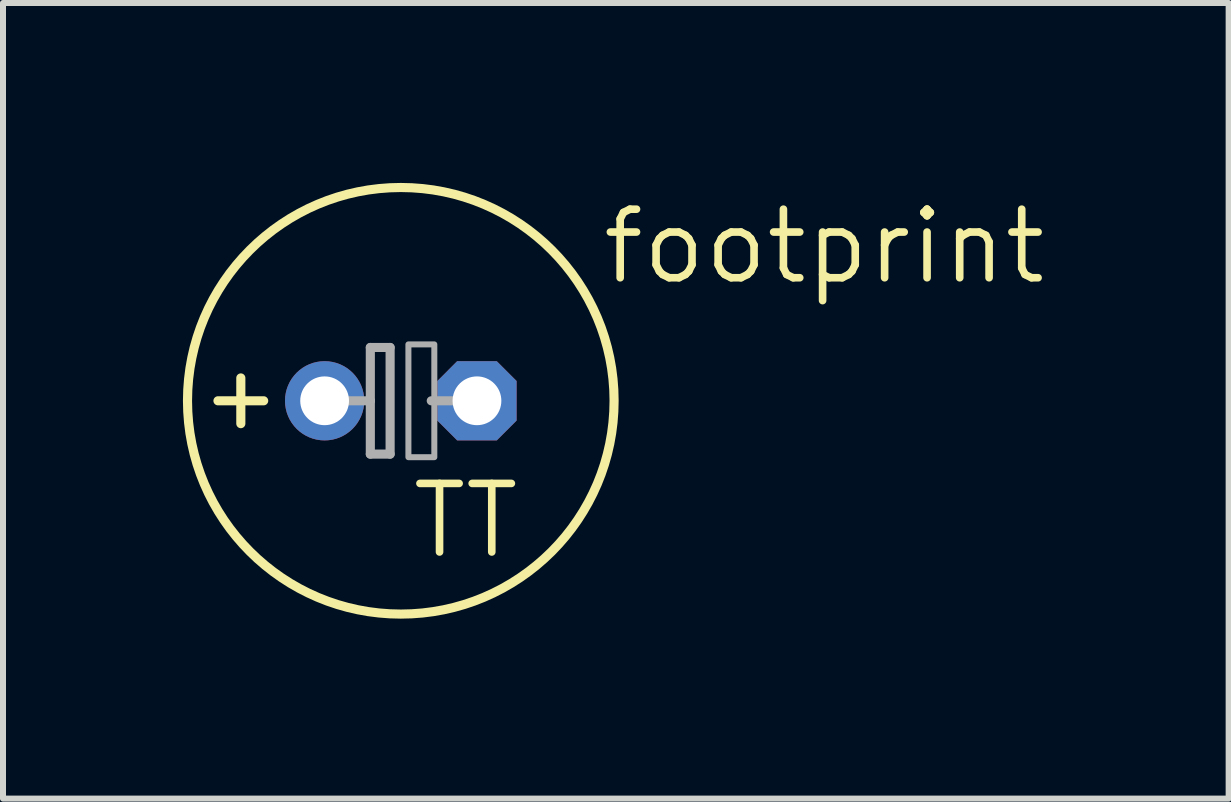
<source format=kicad_pcb>
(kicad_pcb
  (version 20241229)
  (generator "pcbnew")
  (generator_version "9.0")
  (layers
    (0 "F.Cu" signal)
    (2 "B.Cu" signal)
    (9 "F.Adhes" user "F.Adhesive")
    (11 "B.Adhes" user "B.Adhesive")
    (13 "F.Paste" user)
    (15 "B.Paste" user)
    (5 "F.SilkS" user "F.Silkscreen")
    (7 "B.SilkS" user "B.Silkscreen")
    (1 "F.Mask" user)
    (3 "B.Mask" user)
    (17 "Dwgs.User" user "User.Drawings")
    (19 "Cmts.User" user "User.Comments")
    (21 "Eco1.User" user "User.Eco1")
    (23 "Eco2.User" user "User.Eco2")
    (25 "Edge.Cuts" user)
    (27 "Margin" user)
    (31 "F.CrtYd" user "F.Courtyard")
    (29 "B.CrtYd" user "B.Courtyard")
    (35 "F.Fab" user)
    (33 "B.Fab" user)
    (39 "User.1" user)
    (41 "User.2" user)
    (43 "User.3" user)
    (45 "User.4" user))
  (footprint "footprint"
    (layer "F.Cu")
    (at 3.632 3.632)
    (property "Reference" "footprint" (at 3.302 -1.905 0) (layer "F.SilkS") (effects (font (size 1.143 1.143) (thickness 0.127)) (justify left bottom)))
    (fp_line (start -2.667 0.381) (end -2.667 -0.381) (stroke (width 0.152) (type solid)) (layer "F.SilkS"))
    (fp_line (start -2.286 0) (end -3.048 0) (stroke (width 0.152) (type solid)) (layer "F.SilkS"))
    (fp_circle (center 0 0) (end 3.556 0) (stroke (width 0.152) (type solid)) (fill no) (layer "F.SilkS"))
    (fp_line (start -1.016 0) (end -0.508 0) (stroke (width 0.152) (type solid)) (layer "F.Fab"))
    (fp_line (start -0.508 -0.889) (end -0.508 0) (stroke (width 0.152) (type solid)) (layer "F.Fab"))
    (fp_line (start -0.508 0) (end -0.508 0.889) (stroke (width 0.152) (type solid)) (layer "F.Fab"))
    (fp_line (start -0.508 0.889) (end -0.178 0.889) (stroke (width 0.152) (type solid)) (layer "F.Fab"))
    (fp_line (start -0.178 -0.889) (end -0.508 -0.889) (stroke (width 0.152) (type solid)) (layer "F.Fab"))
    (fp_line (start -0.178 0.889) (end -0.178 -0.889) (stroke (width 0.152) (type solid)) (layer "F.Fab"))
    (fp_line (start 0.508 0) (end 1.016 0) (stroke (width 0.152) (type solid)) (layer "F.Fab"))
    (fp_poly (pts (xy 0.127 0.94) (xy 0.559 0.94) (xy 0.559 -0.94) (xy 0.127 -0.94)) (stroke (width 0.1) (type solid)) (fill no) (layer "F.Fab"))
    (fp_text user "TT" (at 0.127 2.667 0) (layer "F.SilkS") (effects (font (size 1.143 1.143) (thickness 0.127)) (justify left bottom)))
    (pad "+" thru_hole circle (at -1.27 0) (size 1.321 1.321) (drill 0.813) (layers "*.Cu" "*.Mask"))
    (pad "-" thru_hole roundrect (at 1.27 0) (size 1.321 1.321) (drill 0.813) (layers "*.Cu" "*.Mask") (roundrect_rratio 0.25) (chamfer_ratio 0.25) (chamfer top_left top_right bottom_left bottom_right)))
  (gr_rect
    (start -3 -3)
    (end 17.434 10.264)
    (stroke (width 0.1) (type default))
    (fill no)
    (layer "Edge.Cuts")))
</source>
